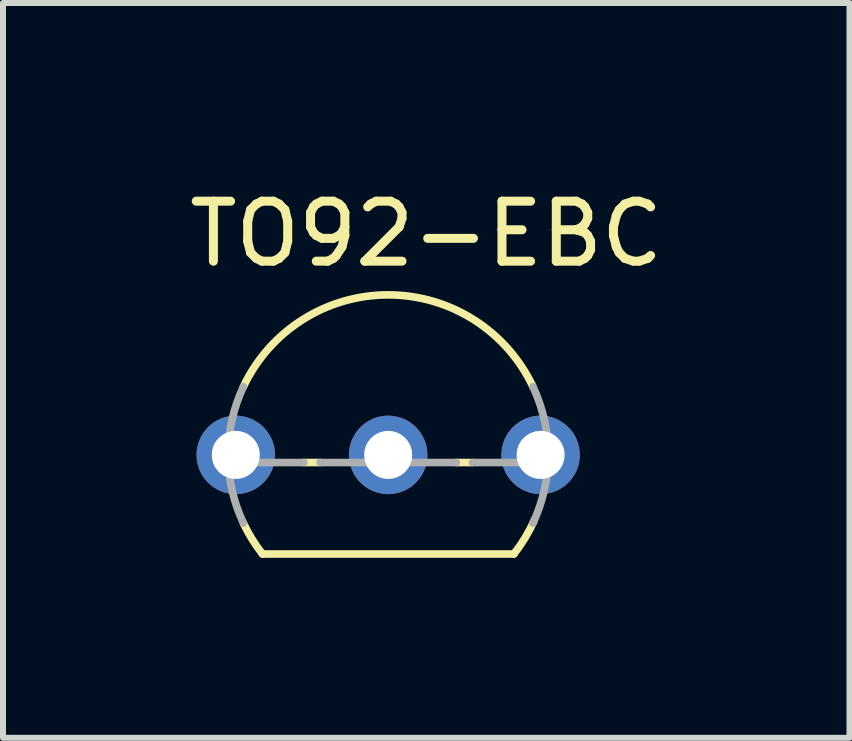
<source format=kicad_pcb>
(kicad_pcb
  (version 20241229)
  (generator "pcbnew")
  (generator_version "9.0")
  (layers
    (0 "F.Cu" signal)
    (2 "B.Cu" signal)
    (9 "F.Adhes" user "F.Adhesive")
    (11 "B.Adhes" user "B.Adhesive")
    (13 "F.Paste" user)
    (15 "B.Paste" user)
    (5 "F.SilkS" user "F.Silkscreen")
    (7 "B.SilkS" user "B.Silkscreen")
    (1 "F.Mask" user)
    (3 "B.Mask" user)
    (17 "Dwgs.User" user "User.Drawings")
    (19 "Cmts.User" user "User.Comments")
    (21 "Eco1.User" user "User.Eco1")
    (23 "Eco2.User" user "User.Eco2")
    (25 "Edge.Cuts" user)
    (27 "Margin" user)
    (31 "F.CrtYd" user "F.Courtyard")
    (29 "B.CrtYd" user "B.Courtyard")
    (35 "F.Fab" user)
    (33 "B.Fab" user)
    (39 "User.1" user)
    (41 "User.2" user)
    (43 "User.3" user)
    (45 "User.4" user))
  (footprint "TO92-EBC"
    (layer "F.Cu")
    (at 3.419 3.261)
    (property "Reference" "TO92-EBC" (at 0.635 -2.413 0) (layer "F.SilkS") (effects (font (size 1 1) (thickness 0.15))))
    (attr through_hole)
    (fp_line (start -2.095 2.921) (end 2.095 2.921) (stroke (width 0.127) (type solid)) (layer "F.SilkS"))
    (fp_line (start -1.136 1.397) (end -1.404 1.397) (stroke (width 0.127) (type solid)) (layer "F.SilkS"))
    (fp_line (start 1.404 1.397) (end 1.136 1.397) (stroke (width 0.127) (type solid)) (layer "F.SilkS"))
    (fp_arc (start -2.413 0.1341) (mid 0 -1.396985) (end 2.413 0.1341) (stroke (width 0.127) (type solid)) (layer "F.SilkS"))
    (fp_arc (start -2.095 2.921) (mid -2.268918 2.67252) (end -2.4135 2.4059) (stroke (width 0.127) (type solid)) (layer "F.SilkS"))
    (fp_arc (start 2.4247 2.3818) (mid 2.275878 2.661201) (end 2.095 2.921) (stroke (width 0.127) (type solid)) (layer "F.SilkS"))
    (fp_line (start -1.404 1.397) (end -2.664 1.397) (stroke (width 0.127) (type solid)) (layer "F.Fab"))
    (fp_line (start 1.136 1.397) (end -1.136 1.397) (stroke (width 0.127) (type solid)) (layer "F.Fab"))
    (fp_line (start 2.664 1.397) (end 1.404 1.397) (stroke (width 0.127) (type solid)) (layer "F.Fab"))
    (fp_arc (start -2.413 2.4059) (mid -2.666991 1.27) (end -2.413 0.1341) (stroke (width 0.127) (type solid)) (layer "F.Fab"))
    (fp_arc (start 2.413 0.1341) (mid 2.666991 1.27) (end 2.413 2.4059) (stroke (width 0.127) (type solid)) (layer "F.Fab"))
    (pad "B" thru_hole circle (at 0 1.27) (size 1.308 1.308) (drill 0.8) (layers "*.Cu" "*.Mask"))
    (pad "C" thru_hole circle (at -2.54 1.27) (size 1.308 1.308) (drill 0.8) (layers "*.Cu" "*.Mask"))
    (pad "E" thru_hole circle (at 2.54 1.27) (size 1.308 1.308) (drill 0.8) (layers "*.Cu" "*.Mask")))
  (gr_rect
    (start -3 -3)
    (end 11.107 9.246)
    (stroke (width 0.1) (type default))
    (fill no)
    (layer "Edge.Cuts")))
</source>
